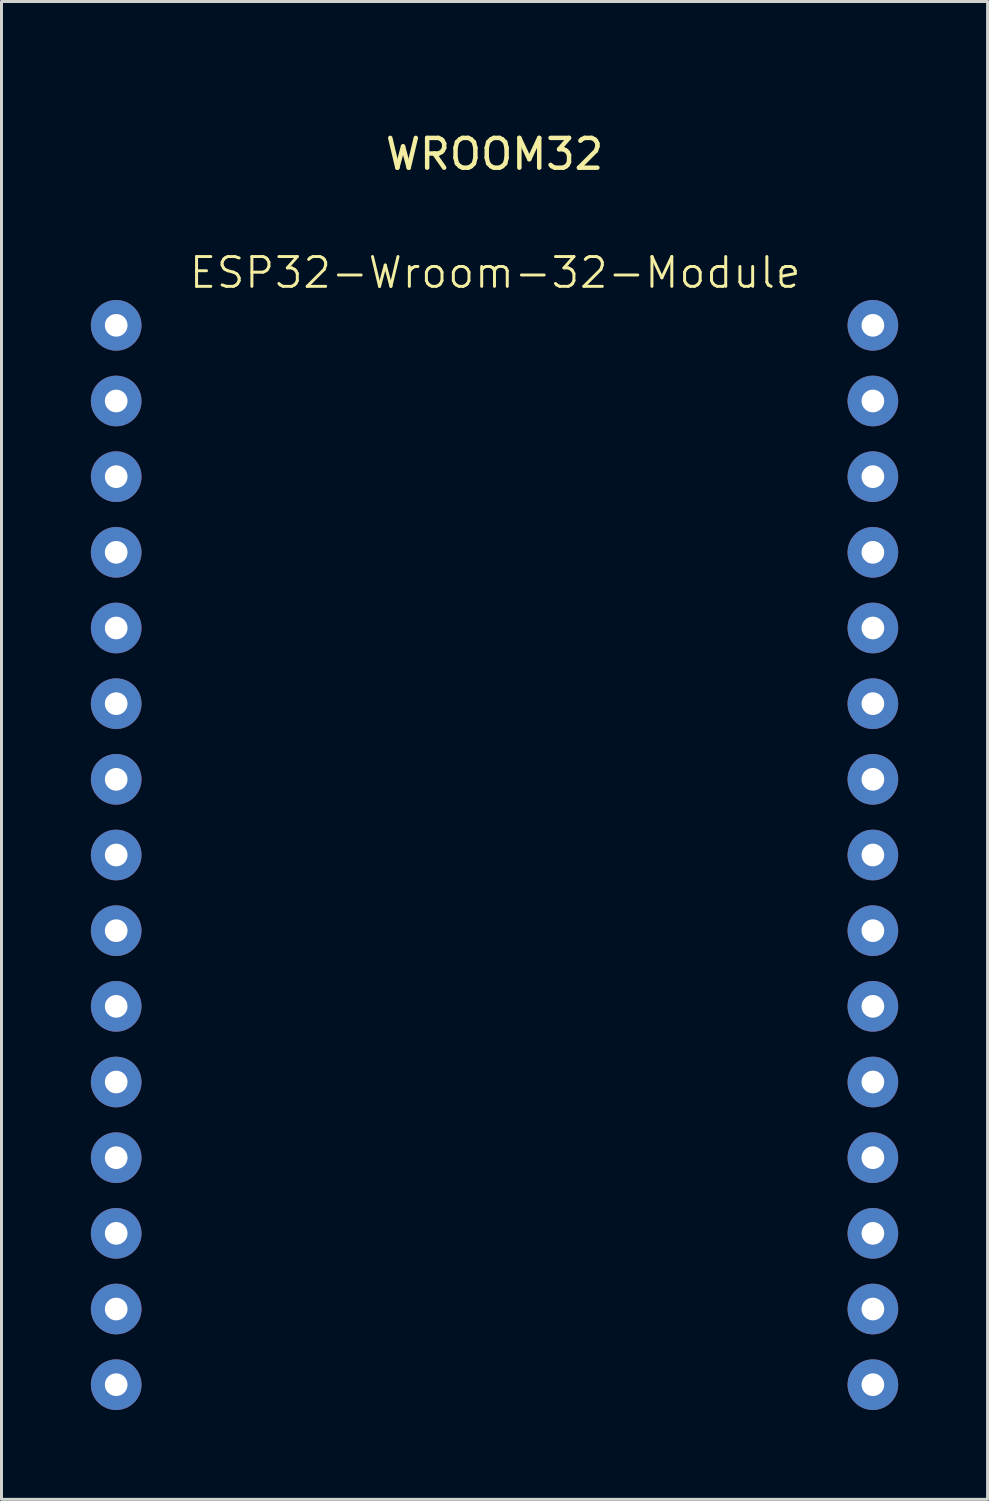
<source format=kicad_pcb>
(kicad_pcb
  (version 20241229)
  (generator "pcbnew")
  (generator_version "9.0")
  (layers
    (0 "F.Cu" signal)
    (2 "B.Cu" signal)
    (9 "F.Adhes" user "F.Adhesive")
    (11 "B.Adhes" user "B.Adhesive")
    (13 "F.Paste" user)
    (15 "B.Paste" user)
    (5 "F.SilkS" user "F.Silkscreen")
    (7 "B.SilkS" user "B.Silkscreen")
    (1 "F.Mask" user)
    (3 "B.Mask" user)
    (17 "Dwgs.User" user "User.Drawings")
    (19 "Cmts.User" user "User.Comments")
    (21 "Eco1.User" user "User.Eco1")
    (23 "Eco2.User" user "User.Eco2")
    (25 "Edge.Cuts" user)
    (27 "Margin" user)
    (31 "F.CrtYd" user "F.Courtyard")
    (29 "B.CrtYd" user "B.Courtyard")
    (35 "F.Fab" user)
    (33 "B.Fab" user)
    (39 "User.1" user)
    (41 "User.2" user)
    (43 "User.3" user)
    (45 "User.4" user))
  (footprint "ESP32-Wroom-32-Module"
    (layer "F.Cu")
    (at 0.85 0.25)
    (property "Reference" "ESP32-Wroom-32-Module" (at 12.722 5.854 0) (unlocked yes) (layer "F.SilkS") (effects (font (size 1 1) (thickness 0.1))))
    (attr through_hole)
    (fp_text user "WROOM32" (at 12.7 1.874 0) (unlocked yes) (layer "F.SilkS") (effects (font (size 1 1) (thickness 0.15))))
    (pad "1" thru_hole circle (at 0 7.62) (size 1.7 1.7) (drill 0.762) (layers "*.Cu" "*.Mask"))
    (pad "2" thru_hole circle (at 0 10.16) (size 1.7 1.7) (drill 0.762) (layers "*.Cu" "*.Mask"))
    (pad "3" thru_hole circle (at 0 12.7) (size 1.7 1.7) (drill 0.762) (layers "*.Cu" "*.Mask"))
    (pad "4" thru_hole circle (at 0 15.24) (size 1.7 1.7) (drill 0.762) (layers "*.Cu" "*.Mask"))
    (pad "5" thru_hole circle (at 0 17.78) (size 1.7 1.7) (drill 0.762) (layers "*.Cu" "*.Mask"))
    (pad "6" thru_hole circle (at 0 20.32) (size 1.7 1.7) (drill 0.762) (layers "*.Cu" "*.Mask"))
    (pad "7" thru_hole circle (at 0 22.86) (size 1.7 1.7) (drill 0.762) (layers "*.Cu" "*.Mask"))
    (pad "8" thru_hole circle (at 0 25.4) (size 1.7 1.7) (drill 0.762) (layers "*.Cu" "*.Mask"))
    (pad "9" thru_hole circle (at 0 27.94) (size 1.7 1.7) (drill 0.762) (layers "*.Cu" "*.Mask"))
    (pad "10" thru_hole circle (at 0 30.48) (size 1.7 1.7) (drill 0.762) (layers "*.Cu" "*.Mask"))
    (pad "11" thru_hole circle (at 0 33.02) (size 1.7 1.7) (drill 0.762) (layers "*.Cu" "*.Mask"))
    (pad "12" thru_hole circle (at 0 35.56) (size 1.7 1.7) (drill 0.762) (layers "*.Cu" "*.Mask"))
    (pad "13" thru_hole circle (at 0 38.1) (size 1.7 1.7) (drill 0.762) (layers "*.Cu" "*.Mask"))
    (pad "14" thru_hole circle (at 0 40.64) (size 1.7 1.7) (drill 0.762) (layers "*.Cu" "*.Mask"))
    (pad "15" thru_hole circle (at 0 43.18) (size 1.7 1.7) (drill 0.762) (layers "*.Cu" "*.Mask"))
    (pad "16" thru_hole circle (at 25.4 7.62) (size 1.7 1.7) (drill 0.762) (layers "*.Cu" "*.Mask"))
    (pad "17" thru_hole circle (at 25.4 10.16) (size 1.7 1.7) (drill 0.762) (layers "*.Cu" "*.Mask"))
    (pad "18" thru_hole circle (at 25.4 12.7) (size 1.7 1.7) (drill 0.762) (layers "*.Cu" "*.Mask"))
    (pad "19" thru_hole circle (at 25.4 15.24) (size 1.7 1.7) (drill 0.762) (layers "*.Cu" "*.Mask"))
    (pad "20" thru_hole circle (at 25.4 17.78) (size 1.7 1.7) (drill 0.762) (layers "*.Cu" "*.Mask"))
    (pad "21" thru_hole circle (at 25.4 20.32) (size 1.7 1.7) (drill 0.762) (layers "*.Cu" "*.Mask"))
    (pad "22" thru_hole circle (at 25.4 22.86) (size 1.7 1.7) (drill 0.762) (layers "*.Cu" "*.Mask"))
    (pad "23" thru_hole circle (at 25.4 25.4) (size 1.7 1.7) (drill 0.762) (layers "*.Cu" "*.Mask"))
    (pad "24" thru_hole circle (at 25.4 27.94) (size 1.7 1.7) (drill 0.762) (layers "*.Cu" "*.Mask"))
    (pad "25" thru_hole circle (at 25.4 30.48) (size 1.7 1.7) (drill 0.762) (layers "*.Cu" "*.Mask"))
    (pad "26" thru_hole circle (at 25.4 33.02) (size 1.7 1.7) (drill 0.762) (layers "*.Cu" "*.Mask"))
    (pad "27" thru_hole circle (at 25.4 35.56) (size 1.7 1.7) (drill 0.762) (layers "*.Cu" "*.Mask"))
    (pad "28" thru_hole circle (at 25.4 38.1) (size 1.7 1.7) (drill 0.762) (layers "*.Cu" "*.Mask"))
    (pad "29" thru_hole circle (at 25.4 40.64) (size 1.7 1.7) (drill 0.762) (layers "*.Cu" "*.Mask"))
    (pad "30" thru_hole circle (at 25.4 43.18) (size 1.7 1.7) (drill 0.762) (layers "*.Cu" "*.Mask")))
  (gr_rect
    (start -3 -3)
    (end 30.1 47.28)
    (stroke (width 0.1) (type default))
    (fill no)
    (layer "Edge.Cuts")))
</source>
